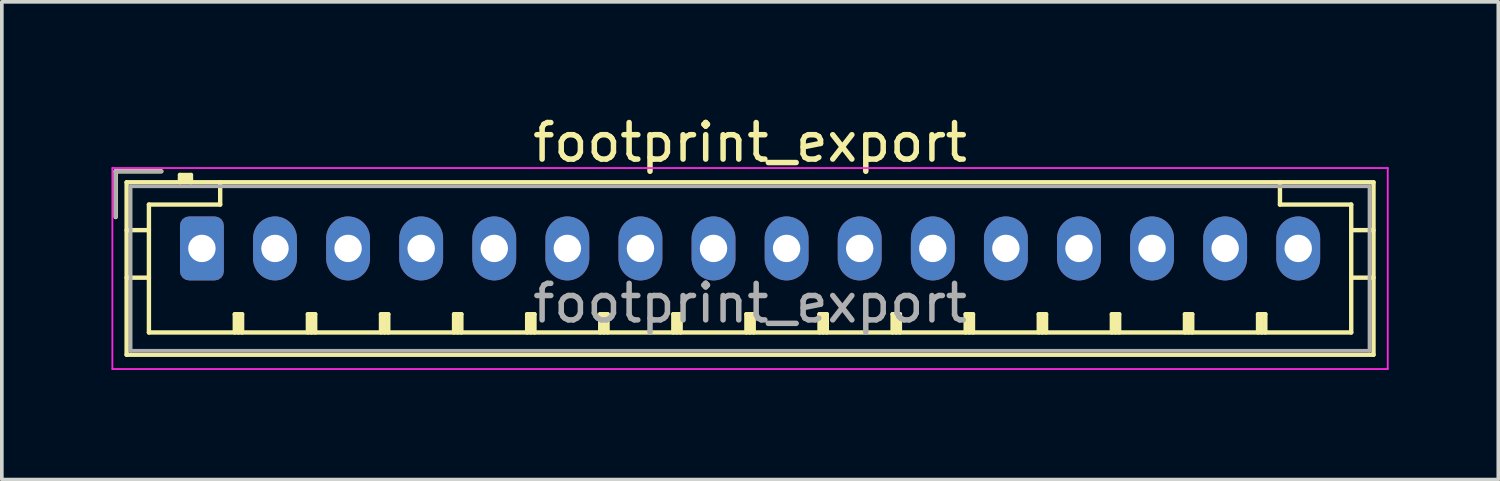
<source format=kicad_pcb>
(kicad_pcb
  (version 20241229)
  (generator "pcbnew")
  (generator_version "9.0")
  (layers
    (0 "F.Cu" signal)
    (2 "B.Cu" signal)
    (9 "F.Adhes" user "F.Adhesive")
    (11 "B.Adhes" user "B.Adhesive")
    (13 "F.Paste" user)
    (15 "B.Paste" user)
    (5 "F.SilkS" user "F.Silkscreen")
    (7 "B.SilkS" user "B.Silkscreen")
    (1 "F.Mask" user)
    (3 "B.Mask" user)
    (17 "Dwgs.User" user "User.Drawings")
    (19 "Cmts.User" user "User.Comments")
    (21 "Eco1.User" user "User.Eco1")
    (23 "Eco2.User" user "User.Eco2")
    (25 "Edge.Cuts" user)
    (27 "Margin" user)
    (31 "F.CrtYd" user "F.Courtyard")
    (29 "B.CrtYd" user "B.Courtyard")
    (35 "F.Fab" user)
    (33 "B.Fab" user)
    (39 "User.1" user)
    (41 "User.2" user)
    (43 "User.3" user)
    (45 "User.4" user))
  (footprint "footprint_export"
    (layer "F.Cu")
    (at 2.475 3.748)
    (property "Reference" "footprint_export" (at 15 -2.9 0) (layer "F.SilkS") (effects (font (size 1 1) (thickness 0.15))))
    (attr through_hole)
    (fp_line (start -2.36 -2.11) (end -2.36 -0.86) (stroke (width 0.12) (type solid)) (layer "F.SilkS"))
    (fp_line (start -2.06 -1.81) (end -2.06 2.91) (stroke (width 0.12) (type solid)) (layer "F.SilkS"))
    (fp_line (start -2.06 -0.5) (end -1.45 -0.5) (stroke (width 0.12) (type solid)) (layer "F.SilkS"))
    (fp_line (start -2.06 0.8) (end -1.45 0.8) (stroke (width 0.12) (type solid)) (layer "F.SilkS"))
    (fp_line (start -2.06 2.91) (end 32.06 2.91) (stroke (width 0.12) (type solid)) (layer "F.SilkS"))
    (fp_line (start -1.45 -1.2) (end -1.45 2.3) (stroke (width 0.12) (type solid)) (layer "F.SilkS"))
    (fp_line (start -1.45 2.3) (end 31.45 2.3) (stroke (width 0.12) (type solid)) (layer "F.SilkS"))
    (fp_line (start -1.11 -2.11) (end -2.36 -2.11) (stroke (width 0.12) (type solid)) (layer "F.SilkS"))
    (fp_line (start -0.6 -2.01) (end -0.6 -1.81) (stroke (width 0.12) (type solid)) (layer "F.SilkS"))
    (fp_line (start -0.3 -2.01) (end -0.6 -2.01) (stroke (width 0.12) (type solid)) (layer "F.SilkS"))
    (fp_line (start -0.3 -1.91) (end -0.6 -1.91) (stroke (width 0.12) (type solid)) (layer "F.SilkS"))
    (fp_line (start -0.3 -1.81) (end -0.3 -2.01) (stroke (width 0.12) (type solid)) (layer "F.SilkS"))
    (fp_line (start 0.5 -1.81) (end 0.5 -1.2) (stroke (width 0.12) (type solid)) (layer "F.SilkS"))
    (fp_line (start 0.5 -1.2) (end -1.45 -1.2) (stroke (width 0.12) (type solid)) (layer "F.SilkS"))
    (fp_line (start 0.9 1.8) (end 1.1 1.8) (stroke (width 0.12) (type solid)) (layer "F.SilkS"))
    (fp_line (start 0.9 2.3) (end 0.9 1.8) (stroke (width 0.12) (type solid)) (layer "F.SilkS"))
    (fp_line (start 1 2.3) (end 1 1.8) (stroke (width 0.12) (type solid)) (layer "F.SilkS"))
    (fp_line (start 1.1 1.8) (end 1.1 2.3) (stroke (width 0.12) (type solid)) (layer "F.SilkS"))
    (fp_line (start 2.9 1.8) (end 3.1 1.8) (stroke (width 0.12) (type solid)) (layer "F.SilkS"))
    (fp_line (start 2.9 2.3) (end 2.9 1.8) (stroke (width 0.12) (type solid)) (layer "F.SilkS"))
    (fp_line (start 3 2.3) (end 3 1.8) (stroke (width 0.12) (type solid)) (layer "F.SilkS"))
    (fp_line (start 3.1 1.8) (end 3.1 2.3) (stroke (width 0.12) (type solid)) (layer "F.SilkS"))
    (fp_line (start 4.9 1.8) (end 5.1 1.8) (stroke (width 0.12) (type solid)) (layer "F.SilkS"))
    (fp_line (start 4.9 2.3) (end 4.9 1.8) (stroke (width 0.12) (type solid)) (layer "F.SilkS"))
    (fp_line (start 5 2.3) (end 5 1.8) (stroke (width 0.12) (type solid)) (layer "F.SilkS"))
    (fp_line (start 5.1 1.8) (end 5.1 2.3) (stroke (width 0.12) (type solid)) (layer "F.SilkS"))
    (fp_line (start 6.9 1.8) (end 7.1 1.8) (stroke (width 0.12) (type solid)) (layer "F.SilkS"))
    (fp_line (start 6.9 2.3) (end 6.9 1.8) (stroke (width 0.12) (type solid)) (layer "F.SilkS"))
    (fp_line (start 7 2.3) (end 7 1.8) (stroke (width 0.12) (type solid)) (layer "F.SilkS"))
    (fp_line (start 7.1 1.8) (end 7.1 2.3) (stroke (width 0.12) (type solid)) (layer "F.SilkS"))
    (fp_line (start 8.9 1.8) (end 9.1 1.8) (stroke (width 0.12) (type solid)) (layer "F.SilkS"))
    (fp_line (start 8.9 2.3) (end 8.9 1.8) (stroke (width 0.12) (type solid)) (layer "F.SilkS"))
    (fp_line (start 9 2.3) (end 9 1.8) (stroke (width 0.12) (type solid)) (layer "F.SilkS"))
    (fp_line (start 9.1 1.8) (end 9.1 2.3) (stroke (width 0.12) (type solid)) (layer "F.SilkS"))
    (fp_line (start 10.9 1.8) (end 11.1 1.8) (stroke (width 0.12) (type solid)) (layer "F.SilkS"))
    (fp_line (start 10.9 2.3) (end 10.9 1.8) (stroke (width 0.12) (type solid)) (layer "F.SilkS"))
    (fp_line (start 11 2.3) (end 11 1.8) (stroke (width 0.12) (type solid)) (layer "F.SilkS"))
    (fp_line (start 11.1 1.8) (end 11.1 2.3) (stroke (width 0.12) (type solid)) (layer "F.SilkS"))
    (fp_line (start 12.9 1.8) (end 13.1 1.8) (stroke (width 0.12) (type solid)) (layer "F.SilkS"))
    (fp_line (start 12.9 2.3) (end 12.9 1.8) (stroke (width 0.12) (type solid)) (layer "F.SilkS"))
    (fp_line (start 13 2.3) (end 13 1.8) (stroke (width 0.12) (type solid)) (layer "F.SilkS"))
    (fp_line (start 13.1 1.8) (end 13.1 2.3) (stroke (width 0.12) (type solid)) (layer "F.SilkS"))
    (fp_line (start 14.9 1.8) (end 15.1 1.8) (stroke (width 0.12) (type solid)) (layer "F.SilkS"))
    (fp_line (start 14.9 2.3) (end 14.9 1.8) (stroke (width 0.12) (type solid)) (layer "F.SilkS"))
    (fp_line (start 15 2.3) (end 15 1.8) (stroke (width 0.12) (type solid)) (layer "F.SilkS"))
    (fp_line (start 15.1 1.8) (end 15.1 2.3) (stroke (width 0.12) (type solid)) (layer "F.SilkS"))
    (fp_line (start 16.9 1.8) (end 17.1 1.8) (stroke (width 0.12) (type solid)) (layer "F.SilkS"))
    (fp_line (start 16.9 2.3) (end 16.9 1.8) (stroke (width 0.12) (type solid)) (layer "F.SilkS"))
    (fp_line (start 17 2.3) (end 17 1.8) (stroke (width 0.12) (type solid)) (layer "F.SilkS"))
    (fp_line (start 17.1 1.8) (end 17.1 2.3) (stroke (width 0.12) (type solid)) (layer "F.SilkS"))
    (fp_line (start 18.9 1.8) (end 19.1 1.8) (stroke (width 0.12) (type solid)) (layer "F.SilkS"))
    (fp_line (start 18.9 2.3) (end 18.9 1.8) (stroke (width 0.12) (type solid)) (layer "F.SilkS"))
    (fp_line (start 19 2.3) (end 19 1.8) (stroke (width 0.12) (type solid)) (layer "F.SilkS"))
    (fp_line (start 19.1 1.8) (end 19.1 2.3) (stroke (width 0.12) (type solid)) (layer "F.SilkS"))
    (fp_line (start 20.9 1.8) (end 21.1 1.8) (stroke (width 0.12) (type solid)) (layer "F.SilkS"))
    (fp_line (start 20.9 2.3) (end 20.9 1.8) (stroke (width 0.12) (type solid)) (layer "F.SilkS"))
    (fp_line (start 21 2.3) (end 21 1.8) (stroke (width 0.12) (type solid)) (layer "F.SilkS"))
    (fp_line (start 21.1 1.8) (end 21.1 2.3) (stroke (width 0.12) (type solid)) (layer "F.SilkS"))
    (fp_line (start 22.9 1.8) (end 23.1 1.8) (stroke (width 0.12) (type solid)) (layer "F.SilkS"))
    (fp_line (start 22.9 2.3) (end 22.9 1.8) (stroke (width 0.12) (type solid)) (layer "F.SilkS"))
    (fp_line (start 23 2.3) (end 23 1.8) (stroke (width 0.12) (type solid)) (layer "F.SilkS"))
    (fp_line (start 23.1 1.8) (end 23.1 2.3) (stroke (width 0.12) (type solid)) (layer "F.SilkS"))
    (fp_line (start 24.9 1.8) (end 25.1 1.8) (stroke (width 0.12) (type solid)) (layer "F.SilkS"))
    (fp_line (start 24.9 2.3) (end 24.9 1.8) (stroke (width 0.12) (type solid)) (layer "F.SilkS"))
    (fp_line (start 25 2.3) (end 25 1.8) (stroke (width 0.12) (type solid)) (layer "F.SilkS"))
    (fp_line (start 25.1 1.8) (end 25.1 2.3) (stroke (width 0.12) (type solid)) (layer "F.SilkS"))
    (fp_line (start 26.9 1.8) (end 27.1 1.8) (stroke (width 0.12) (type solid)) (layer "F.SilkS"))
    (fp_line (start 26.9 2.3) (end 26.9 1.8) (stroke (width 0.12) (type solid)) (layer "F.SilkS"))
    (fp_line (start 27 2.3) (end 27 1.8) (stroke (width 0.12) (type solid)) (layer "F.SilkS"))
    (fp_line (start 27.1 1.8) (end 27.1 2.3) (stroke (width 0.12) (type solid)) (layer "F.SilkS"))
    (fp_line (start 28.9 1.8) (end 29.1 1.8) (stroke (width 0.12) (type solid)) (layer "F.SilkS"))
    (fp_line (start 28.9 2.3) (end 28.9 1.8) (stroke (width 0.12) (type solid)) (layer "F.SilkS"))
    (fp_line (start 29 2.3) (end 29 1.8) (stroke (width 0.12) (type solid)) (layer "F.SilkS"))
    (fp_line (start 29.1 1.8) (end 29.1 2.3) (stroke (width 0.12) (type solid)) (layer "F.SilkS"))
    (fp_line (start 29.5 -1.2) (end 29.5 -1.81) (stroke (width 0.12) (type solid)) (layer "F.SilkS"))
    (fp_line (start 31.45 -1.2) (end 29.5 -1.2) (stroke (width 0.12) (type solid)) (layer "F.SilkS"))
    (fp_line (start 31.45 2.3) (end 31.45 -1.2) (stroke (width 0.12) (type solid)) (layer "F.SilkS"))
    (fp_line (start 32.06 -1.81) (end -2.06 -1.81) (stroke (width 0.12) (type solid)) (layer "F.SilkS"))
    (fp_line (start 32.06 -0.5) (end 31.45 -0.5) (stroke (width 0.12) (type solid)) (layer "F.SilkS"))
    (fp_line (start 32.06 0.8) (end 31.45 0.8) (stroke (width 0.12) (type solid)) (layer "F.SilkS"))
    (fp_line (start 32.06 2.91) (end 32.06 -1.81) (stroke (width 0.12) (type solid)) (layer "F.SilkS"))
    (fp_line (start -2.45 -2.2) (end -2.45 3.3) (stroke (width 0.05) (type solid)) (layer "F.CrtYd"))
    (fp_line (start -2.45 3.3) (end 32.45 3.3) (stroke (width 0.05) (type solid)) (layer "F.CrtYd"))
    (fp_line (start 32.45 -2.2) (end -2.45 -2.2) (stroke (width 0.05) (type solid)) (layer "F.CrtYd"))
    (fp_line (start 32.45 3.3) (end 32.45 -2.2) (stroke (width 0.05) (type solid)) (layer "F.CrtYd"))
    (fp_line (start -2.36 -2.11) (end -2.36 -0.86) (stroke (width 0.1) (type solid)) (layer "F.Fab"))
    (fp_line (start -1.95 -1.7) (end -1.95 2.8) (stroke (width 0.1) (type solid)) (layer "F.Fab"))
    (fp_line (start -1.95 2.8) (end 31.95 2.8) (stroke (width 0.1) (type solid)) (layer "F.Fab"))
    (fp_line (start -1.11 -2.11) (end -2.36 -2.11) (stroke (width 0.1) (type solid)) (layer "F.Fab"))
    (fp_line (start 31.95 -1.7) (end -1.95 -1.7) (stroke (width 0.1) (type solid)) (layer "F.Fab"))
    (fp_line (start 31.95 2.8) (end 31.95 -1.7) (stroke (width 0.1) (type solid)) (layer "F.Fab"))
    (fp_text user "${REFERENCE}" (at 15 1.5 0) (layer "F.Fab") (effects (font (size 1 1) (thickness 0.15))))
    (pad "1" thru_hole roundrect (at 0 0) (size 1.2 1.75) (drill 0.75) (layers "*.Cu" "*.Mask") (roundrect_rratio 0.208))
    (pad "2" thru_hole oval (at 2 0) (size 1.2 1.75) (drill 0.75) (layers "*.Cu" "*.Mask"))
    (pad "3" thru_hole oval (at 4 0) (size 1.2 1.75) (drill 0.75) (layers "*.Cu" "*.Mask"))
    (pad "4" thru_hole oval (at 6 0) (size 1.2 1.75) (drill 0.75) (layers "*.Cu" "*.Mask"))
    (pad "5" thru_hole oval (at 8 0) (size 1.2 1.75) (drill 0.75) (layers "*.Cu" "*.Mask"))
    (pad "6" thru_hole oval (at 10 0) (size 1.2 1.75) (drill 0.75) (layers "*.Cu" "*.Mask"))
    (pad "7" thru_hole oval (at 12 0) (size 1.2 1.75) (drill 0.75) (layers "*.Cu" "*.Mask"))
    (pad "8" thru_hole oval (at 14 0) (size 1.2 1.75) (drill 0.75) (layers "*.Cu" "*.Mask"))
    (pad "9" thru_hole oval (at 16 0) (size 1.2 1.75) (drill 0.75) (layers "*.Cu" "*.Mask"))
    (pad "10" thru_hole oval (at 18 0) (size 1.2 1.75) (drill 0.75) (layers "*.Cu" "*.Mask"))
    (pad "11" thru_hole oval (at 20 0) (size 1.2 1.75) (drill 0.75) (layers "*.Cu" "*.Mask"))
    (pad "12" thru_hole oval (at 22 0) (size 1.2 1.75) (drill 0.75) (layers "*.Cu" "*.Mask"))
    (pad "13" thru_hole oval (at 24 0) (size 1.2 1.75) (drill 0.75) (layers "*.Cu" "*.Mask"))
    (pad "14" thru_hole oval (at 26 0) (size 1.2 1.75) (drill 0.75) (layers "*.Cu" "*.Mask"))
    (pad "15" thru_hole oval (at 28 0) (size 1.2 1.75) (drill 0.75) (layers "*.Cu" "*.Mask"))
    (pad "16" thru_hole oval (at 30 0) (size 1.2 1.75) (drill 0.75) (layers "*.Cu" "*.Mask")))
  (gr_rect
    (start -3 -3)
    (end 37.95 10.073)
    (stroke (width 0.1) (type default))
    (fill no)
    (layer "Edge.Cuts")))
</source>
